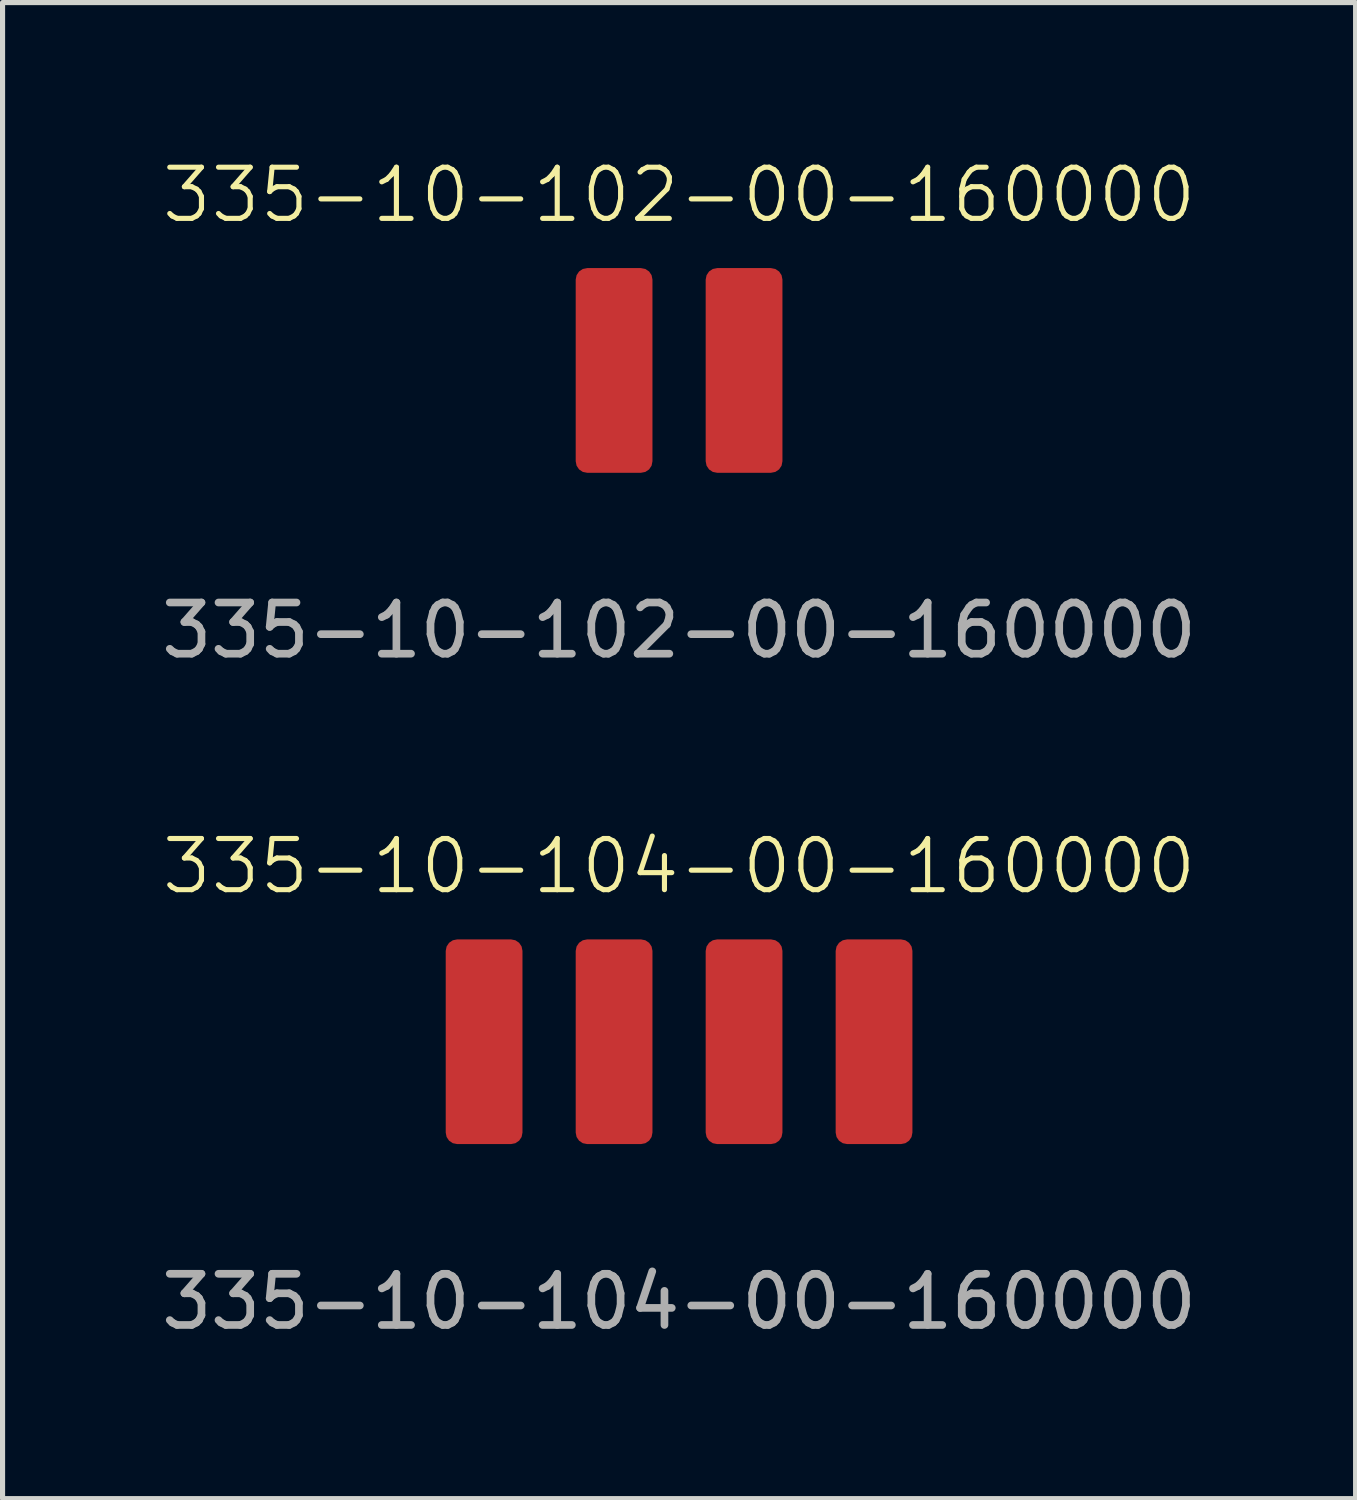
<source format=kicad_pcb>
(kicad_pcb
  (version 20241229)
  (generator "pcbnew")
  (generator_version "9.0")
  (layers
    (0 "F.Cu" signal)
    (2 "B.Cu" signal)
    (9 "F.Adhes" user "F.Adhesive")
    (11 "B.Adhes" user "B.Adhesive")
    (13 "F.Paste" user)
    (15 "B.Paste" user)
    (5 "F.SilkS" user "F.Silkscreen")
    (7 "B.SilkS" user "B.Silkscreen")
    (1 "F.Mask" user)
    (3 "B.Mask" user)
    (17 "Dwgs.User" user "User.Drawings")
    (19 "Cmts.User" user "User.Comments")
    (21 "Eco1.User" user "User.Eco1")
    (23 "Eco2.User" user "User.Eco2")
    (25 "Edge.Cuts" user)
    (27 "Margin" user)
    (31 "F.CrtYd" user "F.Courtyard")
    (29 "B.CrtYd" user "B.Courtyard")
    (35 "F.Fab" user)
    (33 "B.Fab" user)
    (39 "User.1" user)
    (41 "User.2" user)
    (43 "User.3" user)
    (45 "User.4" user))
  (footprint "335-10-104-00-160000"
    (layer "F.Cu")
    (at 10.22 17.307)
    (property "Reference" "335-10-104-00-160000" (at 0 -3.429 0) (unlocked yes) (layer "F.SilkS") (effects (font (size 1 1) (thickness 0.1))))
    (attr smd)
    (fp_text user "${REFERENCE}" (at 0 5.08 0) (unlocked yes) (layer "F.Fab") (effects (font (size 1 1) (thickness 0.15))))
    (pad "1" smd roundrect (at -3.81 0) (size 1.5 4) (layers "F.Cu" "F.Mask" "F.Paste") (roundrect_rratio 0.15))
    (pad "2" smd roundrect (at -1.27 0) (size 1.5 4) (layers "F.Cu" "F.Mask" "F.Paste") (roundrect_rratio 0.15))
    (pad "3" smd roundrect (at 1.27 0) (size 1.5 4) (layers "F.Cu" "F.Mask" "F.Paste") (roundrect_rratio 0.15))
    (pad "4" smd roundrect (at 3.81 0) (size 1.5 4) (layers "F.Cu" "F.Mask" "F.Paste") (roundrect_rratio 0.15)))
  (footprint "335-10-102-00-160000"
    (layer "F.Cu")
    (at 10.22 4.189)
    (property "Reference" "335-10-102-00-160000" (at 0 -3.429 0) (unlocked yes) (layer "F.SilkS") (effects (font (size 1 1) (thickness 0.1))))
    (attr smd)
    (fp_text user "${REFERENCE}" (at 0 5.08 0) (unlocked yes) (layer "F.Fab") (effects (font (size 1 1) (thickness 0.15))))
    (pad "1" smd roundrect (at -1.27 0) (size 1.5 4) (layers "F.Cu" "F.Mask" "F.Paste") (roundrect_rratio 0.15))
    (pad "2" smd roundrect (at 1.27 0) (size 1.5 4) (layers "F.Cu" "F.Mask" "F.Paste") (roundrect_rratio 0.15)))
  (gr_rect
    (start -3 -3)
    (end 23.44 26.235)
    (stroke (width 0.1) (type default))
    (fill no)
    (layer "Edge.Cuts")))
</source>
